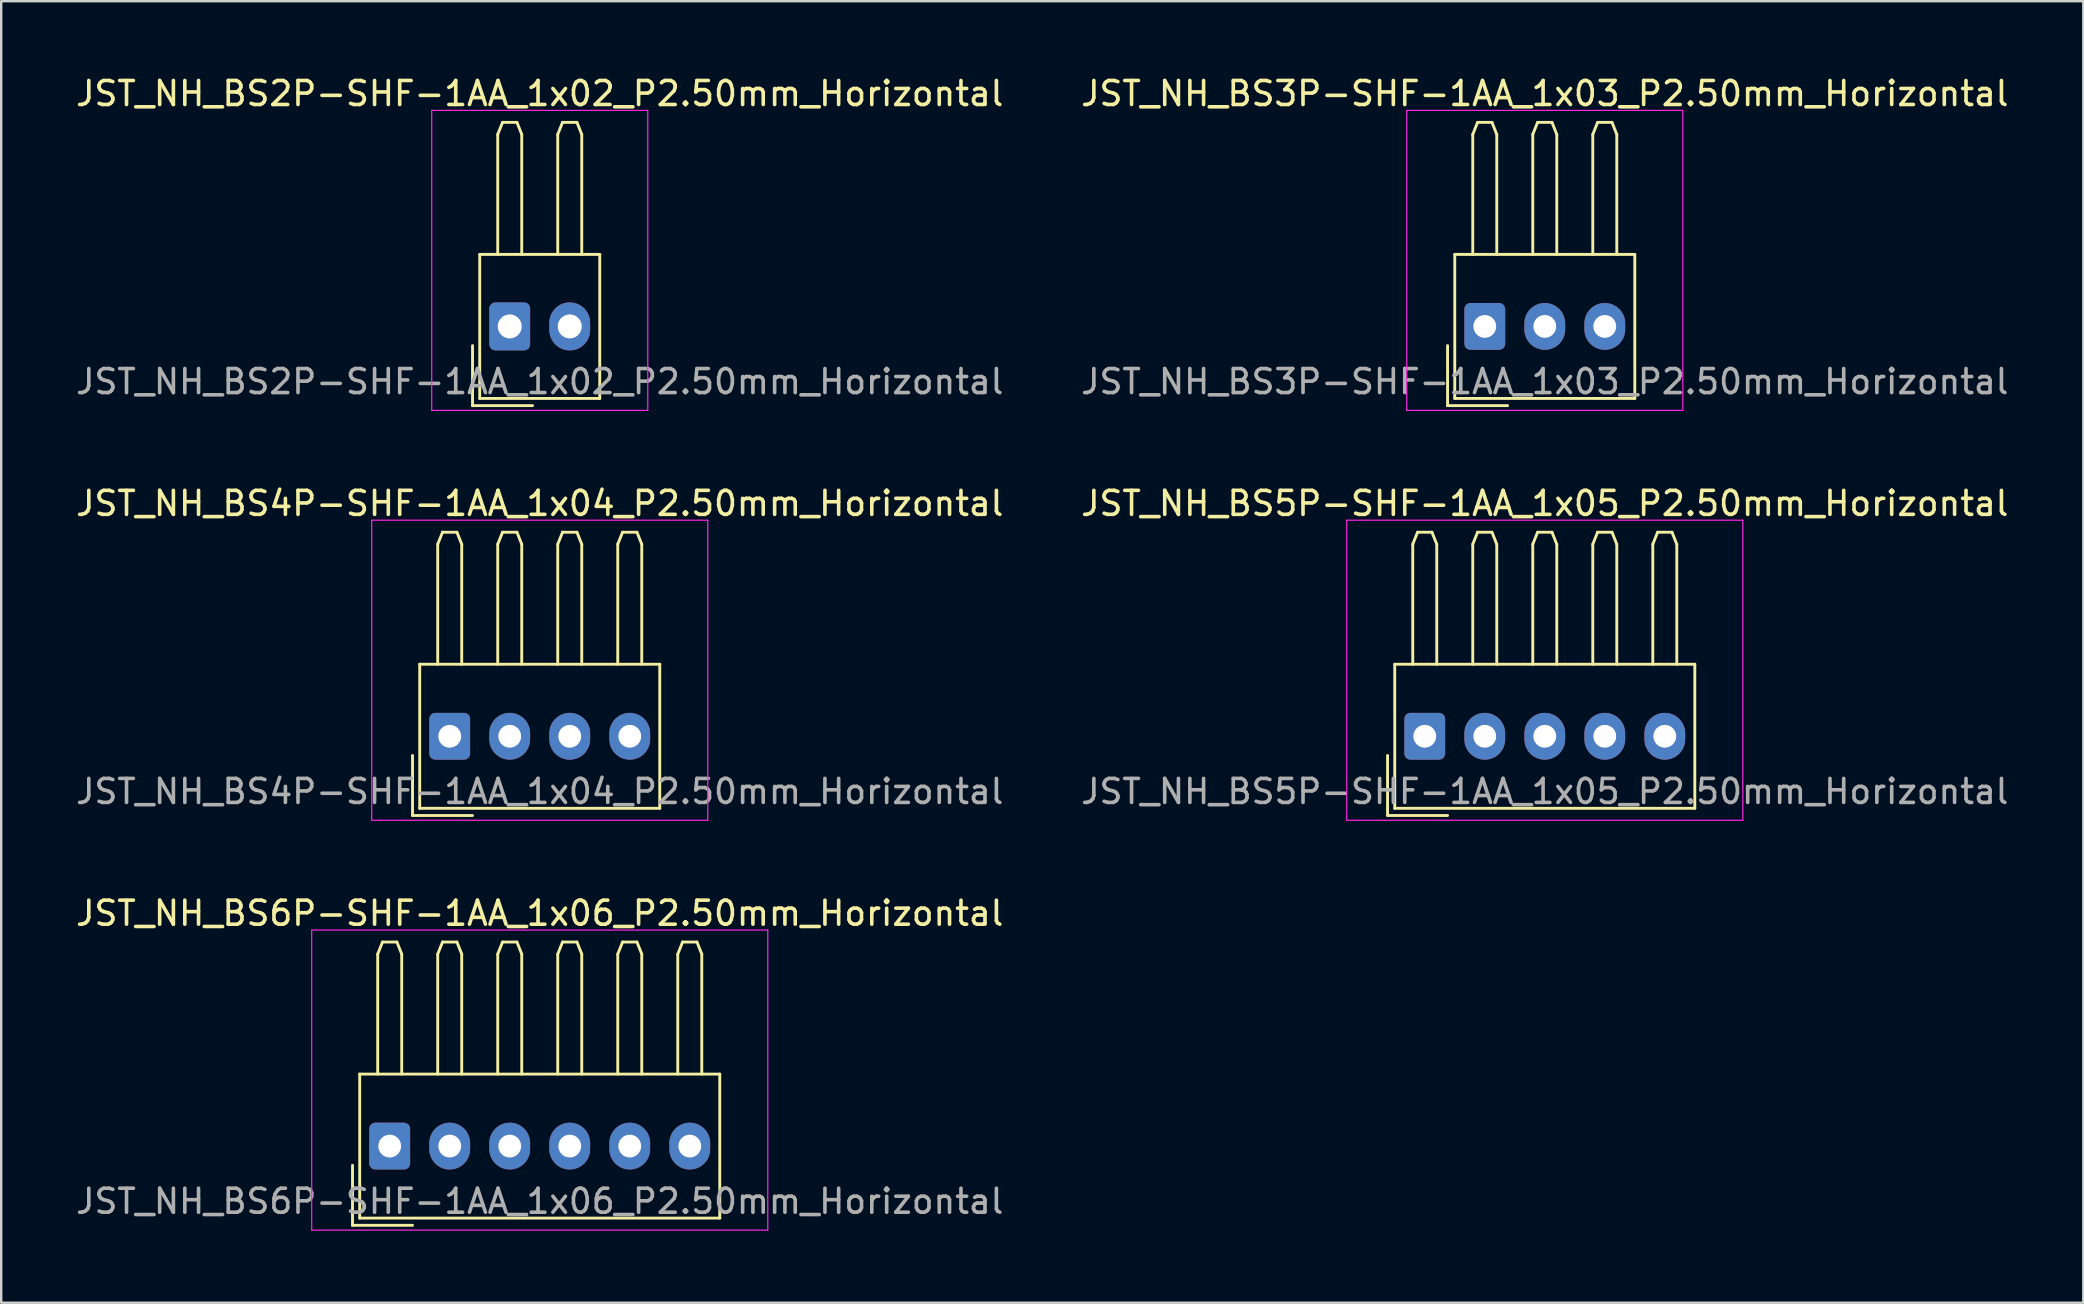
<source format=kicad_pcb>
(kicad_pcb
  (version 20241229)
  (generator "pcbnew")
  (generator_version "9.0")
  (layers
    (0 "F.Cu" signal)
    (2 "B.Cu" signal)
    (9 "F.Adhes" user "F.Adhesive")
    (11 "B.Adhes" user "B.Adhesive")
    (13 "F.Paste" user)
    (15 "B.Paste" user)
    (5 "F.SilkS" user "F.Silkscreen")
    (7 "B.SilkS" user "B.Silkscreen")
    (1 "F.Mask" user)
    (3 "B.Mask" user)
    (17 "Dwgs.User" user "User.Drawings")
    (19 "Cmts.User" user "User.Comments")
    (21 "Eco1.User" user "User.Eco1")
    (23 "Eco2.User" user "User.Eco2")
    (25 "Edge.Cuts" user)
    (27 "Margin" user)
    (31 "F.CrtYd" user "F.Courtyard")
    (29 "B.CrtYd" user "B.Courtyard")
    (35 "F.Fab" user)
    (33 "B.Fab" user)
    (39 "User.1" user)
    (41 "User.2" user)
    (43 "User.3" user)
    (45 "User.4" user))
  (footprint "JST_NH_BS2P-SHF-1AA_1x02_P2.50mm_Horizontal"
    (layer "F.Cu")
    (at 18.185 10.548)
    (property "Reference" "JST_NH_BS2P-SHF-1AA_1x02_P2.50mm_Horizontal" (at 1.25 -9.7 0) (layer "F.SilkS") (effects (font (size 1 1) (thickness 0.15))))
    (attr through_hole)
    (fp_line (start -1.55 0.8) (end -1.55 3.3) (stroke (width 0.12) (type solid)) (layer "F.SilkS"))
    (fp_line (start -1.55 3.3) (end 0.95 3.3) (stroke (width 0.12) (type solid)) (layer "F.SilkS"))
    (fp_line (start -1.25 -3) (end -1.25 3) (stroke (width 0.12) (type solid)) (layer "F.SilkS"))
    (fp_line (start -1.25 3) (end 3.75 3) (stroke (width 0.12) (type solid)) (layer "F.SilkS"))
    (fp_line (start -0.5 -8) (end -0.3 -8.5) (stroke (width 0.12) (type solid)) (layer "F.SilkS"))
    (fp_line (start -0.5 -3) (end -0.5 -8) (stroke (width 0.12) (type solid)) (layer "F.SilkS"))
    (fp_line (start -0.3 -8.5) (end 0.3 -8.5) (stroke (width 0.12) (type solid)) (layer "F.SilkS"))
    (fp_line (start 0.3 -8.5) (end 0.5 -8) (stroke (width 0.12) (type solid)) (layer "F.SilkS"))
    (fp_line (start 0.5 -8) (end 0.5 -3) (stroke (width 0.12) (type solid)) (layer "F.SilkS"))
    (fp_line (start 2 -8) (end 2.2 -8.5) (stroke (width 0.12) (type solid)) (layer "F.SilkS"))
    (fp_line (start 2 -3) (end 2 -8) (stroke (width 0.12) (type solid)) (layer "F.SilkS"))
    (fp_line (start 2.2 -8.5) (end 2.8 -8.5) (stroke (width 0.12) (type solid)) (layer "F.SilkS"))
    (fp_line (start 2.8 -8.5) (end 3 -8) (stroke (width 0.12) (type solid)) (layer "F.SilkS"))
    (fp_line (start 3 -8) (end 3 -3) (stroke (width 0.12) (type solid)) (layer "F.SilkS"))
    (fp_line (start 3.75 -3) (end -1.25 -3) (stroke (width 0.12) (type solid)) (layer "F.SilkS"))
    (fp_line (start 3.75 3) (end 3.75 -3) (stroke (width 0.12) (type solid)) (layer "F.SilkS"))
    (fp_line (start -3.25 -9) (end -3.25 3.5) (stroke (width 0.05) (type solid)) (layer "F.CrtYd"))
    (fp_line (start -3.25 3.5) (end 5.75 3.5) (stroke (width 0.05) (type solid)) (layer "F.CrtYd"))
    (fp_line (start 5.75 -9) (end -3.25 -9) (stroke (width 0.05) (type solid)) (layer "F.CrtYd"))
    (fp_line (start 5.75 3.5) (end 5.75 -9) (stroke (width 0.05) (type solid)) (layer "F.CrtYd"))
    (fp_text user "${REFERENCE}" (at 1.25 2.3 0) (layer "F.Fab") (effects (font (size 1 1) (thickness 0.15))))
    (pad "1" thru_hole roundrect (at 0 0) (size 1.7 2) (drill 1) (layers "*.Cu" "*.Mask") (roundrect_rratio 0.147))
    (pad "2" thru_hole oval (at 2.5 0) (size 1.7 2) (drill 1) (layers "*.Cu" "*.Mask")))
  (footprint "JST_NH_BS6P-SHF-1AA_1x06_P2.50mm_Horizontal"
    (layer "F.Cu")
    (at 13.185 44.695)
    (property "Reference" "JST_NH_BS6P-SHF-1AA_1x06_P2.50mm_Horizontal" (at 6.25 -9.7 0) (layer "F.SilkS") (effects (font (size 1 1) (thickness 0.15))))
    (attr through_hole)
    (fp_line (start -1.55 0.8) (end -1.55 3.3) (stroke (width 0.12) (type solid)) (layer "F.SilkS"))
    (fp_line (start -1.55 3.3) (end 0.95 3.3) (stroke (width 0.12) (type solid)) (layer "F.SilkS"))
    (fp_line (start -1.25 -3) (end -1.25 3) (stroke (width 0.12) (type solid)) (layer "F.SilkS"))
    (fp_line (start -1.25 3) (end 13.75 3) (stroke (width 0.12) (type solid)) (layer "F.SilkS"))
    (fp_line (start -0.5 -8) (end -0.3 -8.5) (stroke (width 0.12) (type solid)) (layer "F.SilkS"))
    (fp_line (start -0.5 -3) (end -0.5 -8) (stroke (width 0.12) (type solid)) (layer "F.SilkS"))
    (fp_line (start -0.3 -8.5) (end 0.3 -8.5) (stroke (width 0.12) (type solid)) (layer "F.SilkS"))
    (fp_line (start 0.3 -8.5) (end 0.5 -8) (stroke (width 0.12) (type solid)) (layer "F.SilkS"))
    (fp_line (start 0.5 -8) (end 0.5 -3) (stroke (width 0.12) (type solid)) (layer "F.SilkS"))
    (fp_line (start 2 -8) (end 2.2 -8.5) (stroke (width 0.12) (type solid)) (layer "F.SilkS"))
    (fp_line (start 2 -3) (end 2 -8) (stroke (width 0.12) (type solid)) (layer "F.SilkS"))
    (fp_line (start 2.2 -8.5) (end 2.8 -8.5) (stroke (width 0.12) (type solid)) (layer "F.SilkS"))
    (fp_line (start 2.8 -8.5) (end 3 -8) (stroke (width 0.12) (type solid)) (layer "F.SilkS"))
    (fp_line (start 3 -8) (end 3 -3) (stroke (width 0.12) (type solid)) (layer "F.SilkS"))
    (fp_line (start 4.5 -8) (end 4.7 -8.5) (stroke (width 0.12) (type solid)) (layer "F.SilkS"))
    (fp_line (start 4.5 -3) (end 4.5 -8) (stroke (width 0.12) (type solid)) (layer "F.SilkS"))
    (fp_line (start 4.7 -8.5) (end 5.3 -8.5) (stroke (width 0.12) (type solid)) (layer "F.SilkS"))
    (fp_line (start 5.3 -8.5) (end 5.5 -8) (stroke (width 0.12) (type solid)) (layer "F.SilkS"))
    (fp_line (start 5.5 -8) (end 5.5 -3) (stroke (width 0.12) (type solid)) (layer "F.SilkS"))
    (fp_line (start 7 -8) (end 7.2 -8.5) (stroke (width 0.12) (type solid)) (layer "F.SilkS"))
    (fp_line (start 7 -3) (end 7 -8) (stroke (width 0.12) (type solid)) (layer "F.SilkS"))
    (fp_line (start 7.2 -8.5) (end 7.8 -8.5) (stroke (width 0.12) (type solid)) (layer "F.SilkS"))
    (fp_line (start 7.8 -8.5) (end 8 -8) (stroke (width 0.12) (type solid)) (layer "F.SilkS"))
    (fp_line (start 8 -8) (end 8 -3) (stroke (width 0.12) (type solid)) (layer "F.SilkS"))
    (fp_line (start 9.5 -8) (end 9.7 -8.5) (stroke (width 0.12) (type solid)) (layer "F.SilkS"))
    (fp_line (start 9.5 -3) (end 9.5 -8) (stroke (width 0.12) (type solid)) (layer "F.SilkS"))
    (fp_line (start 9.7 -8.5) (end 10.3 -8.5) (stroke (width 0.12) (type solid)) (layer "F.SilkS"))
    (fp_line (start 10.3 -8.5) (end 10.5 -8) (stroke (width 0.12) (type solid)) (layer "F.SilkS"))
    (fp_line (start 10.5 -8) (end 10.5 -3) (stroke (width 0.12) (type solid)) (layer "F.SilkS"))
    (fp_line (start 12 -8) (end 12.2 -8.5) (stroke (width 0.12) (type solid)) (layer "F.SilkS"))
    (fp_line (start 12 -3) (end 12 -8) (stroke (width 0.12) (type solid)) (layer "F.SilkS"))
    (fp_line (start 12.2 -8.5) (end 12.8 -8.5) (stroke (width 0.12) (type solid)) (layer "F.SilkS"))
    (fp_line (start 12.8 -8.5) (end 13 -8) (stroke (width 0.12) (type solid)) (layer "F.SilkS"))
    (fp_line (start 13 -8) (end 13 -3) (stroke (width 0.12) (type solid)) (layer "F.SilkS"))
    (fp_line (start 13.75 -3) (end -1.25 -3) (stroke (width 0.12) (type solid)) (layer "F.SilkS"))
    (fp_line (start 13.75 3) (end 13.75 -3) (stroke (width 0.12) (type solid)) (layer "F.SilkS"))
    (fp_line (start -3.25 -9) (end -3.25 3.5) (stroke (width 0.05) (type solid)) (layer "F.CrtYd"))
    (fp_line (start -3.25 3.5) (end 15.75 3.5) (stroke (width 0.05) (type solid)) (layer "F.CrtYd"))
    (fp_line (start 15.75 -9) (end -3.25 -9) (stroke (width 0.05) (type solid)) (layer "F.CrtYd"))
    (fp_line (start 15.75 3.5) (end 15.75 -9) (stroke (width 0.05) (type solid)) (layer "F.CrtYd"))
    (fp_text user "${REFERENCE}" (at 6.25 2.3 0) (layer "F.Fab") (effects (font (size 1 1) (thickness 0.15))))
    (pad "1" thru_hole roundrect (at 0 0) (size 1.7 1.95) (drill 0.95) (layers "*.Cu" "*.Mask") (roundrect_rratio 0.147))
    (pad "2" thru_hole oval (at 2.5 0) (size 1.7 1.95) (drill 0.95) (layers "*.Cu" "*.Mask"))
    (pad "3" thru_hole oval (at 5 0) (size 1.7 1.95) (drill 0.95) (layers "*.Cu" "*.Mask"))
    (pad "4" thru_hole oval (at 7.5 0) (size 1.7 1.95) (drill 0.95) (layers "*.Cu" "*.Mask"))
    (pad "5" thru_hole oval (at 10 0) (size 1.7 1.95) (drill 0.95) (layers "*.Cu" "*.Mask"))
    (pad "6" thru_hole oval (at 12.5 0) (size 1.7 1.95) (drill 0.95) (layers "*.Cu" "*.Mask")))
  (footprint "JST_NH_BS4P-SHF-1AA_1x04_P2.50mm_Horizontal"
    (layer "F.Cu")
    (at 15.685 27.622)
    (property "Reference" "JST_NH_BS4P-SHF-1AA_1x04_P2.50mm_Horizontal" (at 3.75 -9.7 0) (layer "F.SilkS") (effects (font (size 1 1) (thickness 0.15))))
    (attr through_hole)
    (fp_line (start -1.55 0.8) (end -1.55 3.3) (stroke (width 0.12) (type solid)) (layer "F.SilkS"))
    (fp_line (start -1.55 3.3) (end 0.95 3.3) (stroke (width 0.12) (type solid)) (layer "F.SilkS"))
    (fp_line (start -1.25 -3) (end -1.25 3) (stroke (width 0.12) (type solid)) (layer "F.SilkS"))
    (fp_line (start -1.25 3) (end 8.75 3) (stroke (width 0.12) (type solid)) (layer "F.SilkS"))
    (fp_line (start -0.5 -8) (end -0.3 -8.5) (stroke (width 0.12) (type solid)) (layer "F.SilkS"))
    (fp_line (start -0.5 -3) (end -0.5 -8) (stroke (width 0.12) (type solid)) (layer "F.SilkS"))
    (fp_line (start -0.3 -8.5) (end 0.3 -8.5) (stroke (width 0.12) (type solid)) (layer "F.SilkS"))
    (fp_line (start 0.3 -8.5) (end 0.5 -8) (stroke (width 0.12) (type solid)) (layer "F.SilkS"))
    (fp_line (start 0.5 -8) (end 0.5 -3) (stroke (width 0.12) (type solid)) (layer "F.SilkS"))
    (fp_line (start 2 -8) (end 2.2 -8.5) (stroke (width 0.12) (type solid)) (layer "F.SilkS"))
    (fp_line (start 2 -3) (end 2 -8) (stroke (width 0.12) (type solid)) (layer "F.SilkS"))
    (fp_line (start 2.2 -8.5) (end 2.8 -8.5) (stroke (width 0.12) (type solid)) (layer "F.SilkS"))
    (fp_line (start 2.8 -8.5) (end 3 -8) (stroke (width 0.12) (type solid)) (layer "F.SilkS"))
    (fp_line (start 3 -8) (end 3 -3) (stroke (width 0.12) (type solid)) (layer "F.SilkS"))
    (fp_line (start 4.5 -8) (end 4.7 -8.5) (stroke (width 0.12) (type solid)) (layer "F.SilkS"))
    (fp_line (start 4.5 -3) (end 4.5 -8) (stroke (width 0.12) (type solid)) (layer "F.SilkS"))
    (fp_line (start 4.7 -8.5) (end 5.3 -8.5) (stroke (width 0.12) (type solid)) (layer "F.SilkS"))
    (fp_line (start 5.3 -8.5) (end 5.5 -8) (stroke (width 0.12) (type solid)) (layer "F.SilkS"))
    (fp_line (start 5.5 -8) (end 5.5 -3) (stroke (width 0.12) (type solid)) (layer "F.SilkS"))
    (fp_line (start 7 -8) (end 7.2 -8.5) (stroke (width 0.12) (type solid)) (layer "F.SilkS"))
    (fp_line (start 7 -3) (end 7 -8) (stroke (width 0.12) (type solid)) (layer "F.SilkS"))
    (fp_line (start 7.2 -8.5) (end 7.8 -8.5) (stroke (width 0.12) (type solid)) (layer "F.SilkS"))
    (fp_line (start 7.8 -8.5) (end 8 -8) (stroke (width 0.12) (type solid)) (layer "F.SilkS"))
    (fp_line (start 8 -8) (end 8 -3) (stroke (width 0.12) (type solid)) (layer "F.SilkS"))
    (fp_line (start 8.75 -3) (end -1.25 -3) (stroke (width 0.12) (type solid)) (layer "F.SilkS"))
    (fp_line (start 8.75 3) (end 8.75 -3) (stroke (width 0.12) (type solid)) (layer "F.SilkS"))
    (fp_line (start -3.25 -9) (end -3.25 3.5) (stroke (width 0.05) (type solid)) (layer "F.CrtYd"))
    (fp_line (start -3.25 3.5) (end 10.75 3.5) (stroke (width 0.05) (type solid)) (layer "F.CrtYd"))
    (fp_line (start 10.75 -9) (end -3.25 -9) (stroke (width 0.05) (type solid)) (layer "F.CrtYd"))
    (fp_line (start 10.75 3.5) (end 10.75 -9) (stroke (width 0.05) (type solid)) (layer "F.CrtYd"))
    (fp_text user "${REFERENCE}" (at 3.75 2.3 0) (layer "F.Fab") (effects (font (size 1 1) (thickness 0.15))))
    (pad "1" thru_hole roundrect (at 0 0) (size 1.7 1.95) (drill 0.95) (layers "*.Cu" "*.Mask") (roundrect_rratio 0.147))
    (pad "2" thru_hole oval (at 2.5 0) (size 1.7 1.95) (drill 0.95) (layers "*.Cu" "*.Mask"))
    (pad "3" thru_hole oval (at 5 0) (size 1.7 1.95) (drill 0.95) (layers "*.Cu" "*.Mask"))
    (pad "4" thru_hole oval (at 7.5 0) (size 1.7 1.95) (drill 0.95) (layers "*.Cu" "*.Mask")))
  (footprint "JST_NH_BS3P-SHF-1AA_1x03_P2.50mm_Horizontal"
    (layer "F.Cu")
    (at 58.804 10.548)
    (property "Reference" "JST_NH_BS3P-SHF-1AA_1x03_P2.50mm_Horizontal" (at 2.5 -9.7 0) (layer "F.SilkS") (effects (font (size 1 1) (thickness 0.15))))
    (attr through_hole)
    (fp_line (start -1.55 0.8) (end -1.55 3.3) (stroke (width 0.12) (type solid)) (layer "F.SilkS"))
    (fp_line (start -1.55 3.3) (end 0.95 3.3) (stroke (width 0.12) (type solid)) (layer "F.SilkS"))
    (fp_line (start -1.25 -3) (end -1.25 3) (stroke (width 0.12) (type solid)) (layer "F.SilkS"))
    (fp_line (start -1.25 3) (end 6.25 3) (stroke (width 0.12) (type solid)) (layer "F.SilkS"))
    (fp_line (start -0.5 -8) (end -0.3 -8.5) (stroke (width 0.12) (type solid)) (layer "F.SilkS"))
    (fp_line (start -0.5 -3) (end -0.5 -8) (stroke (width 0.12) (type solid)) (layer "F.SilkS"))
    (fp_line (start -0.3 -8.5) (end 0.3 -8.5) (stroke (width 0.12) (type solid)) (layer "F.SilkS"))
    (fp_line (start 0.3 -8.5) (end 0.5 -8) (stroke (width 0.12) (type solid)) (layer "F.SilkS"))
    (fp_line (start 0.5 -8) (end 0.5 -3) (stroke (width 0.12) (type solid)) (layer "F.SilkS"))
    (fp_line (start 2 -8) (end 2.2 -8.5) (stroke (width 0.12) (type solid)) (layer "F.SilkS"))
    (fp_line (start 2 -3) (end 2 -8) (stroke (width 0.12) (type solid)) (layer "F.SilkS"))
    (fp_line (start 2.2 -8.5) (end 2.8 -8.5) (stroke (width 0.12) (type solid)) (layer "F.SilkS"))
    (fp_line (start 2.8 -8.5) (end 3 -8) (stroke (width 0.12) (type solid)) (layer "F.SilkS"))
    (fp_line (start 3 -8) (end 3 -3) (stroke (width 0.12) (type solid)) (layer "F.SilkS"))
    (fp_line (start 4.5 -8) (end 4.7 -8.5) (stroke (width 0.12) (type solid)) (layer "F.SilkS"))
    (fp_line (start 4.5 -3) (end 4.5 -8) (stroke (width 0.12) (type solid)) (layer "F.SilkS"))
    (fp_line (start 4.7 -8.5) (end 5.3 -8.5) (stroke (width 0.12) (type solid)) (layer "F.SilkS"))
    (fp_line (start 5.3 -8.5) (end 5.5 -8) (stroke (width 0.12) (type solid)) (layer "F.SilkS"))
    (fp_line (start 5.5 -8) (end 5.5 -3) (stroke (width 0.12) (type solid)) (layer "F.SilkS"))
    (fp_line (start 6.25 -3) (end -1.25 -3) (stroke (width 0.12) (type solid)) (layer "F.SilkS"))
    (fp_line (start 6.25 3) (end 6.25 -3) (stroke (width 0.12) (type solid)) (layer "F.SilkS"))
    (fp_line (start -3.25 -9) (end -3.25 3.5) (stroke (width 0.05) (type solid)) (layer "F.CrtYd"))
    (fp_line (start -3.25 3.5) (end 8.25 3.5) (stroke (width 0.05) (type solid)) (layer "F.CrtYd"))
    (fp_line (start 8.25 -9) (end -3.25 -9) (stroke (width 0.05) (type solid)) (layer "F.CrtYd"))
    (fp_line (start 8.25 3.5) (end 8.25 -9) (stroke (width 0.05) (type solid)) (layer "F.CrtYd"))
    (fp_text user "${REFERENCE}" (at 2.5 2.3 0) (layer "F.Fab") (effects (font (size 1 1) (thickness 0.15))))
    (pad "1" thru_hole roundrect (at 0 0) (size 1.7 1.95) (drill 0.95) (layers "*.Cu" "*.Mask") (roundrect_rratio 0.147))
    (pad "2" thru_hole oval (at 2.5 0) (size 1.7 1.95) (drill 0.95) (layers "*.Cu" "*.Mask"))
    (pad "3" thru_hole oval (at 5 0) (size 1.7 1.95) (drill 0.95) (layers "*.Cu" "*.Mask")))
  (footprint "JST_NH_BS5P-SHF-1AA_1x05_P2.50mm_Horizontal"
    (layer "F.Cu")
    (at 56.304 27.622)
    (property "Reference" "JST_NH_BS5P-SHF-1AA_1x05_P2.50mm_Horizontal" (at 5 -9.7 0) (layer "F.SilkS") (effects (font (size 1 1) (thickness 0.15))))
    (attr through_hole)
    (fp_line (start -1.55 0.8) (end -1.55 3.3) (stroke (width 0.12) (type solid)) (layer "F.SilkS"))
    (fp_line (start -1.55 3.3) (end 0.95 3.3) (stroke (width 0.12) (type solid)) (layer "F.SilkS"))
    (fp_line (start -1.25 -3) (end -1.25 3) (stroke (width 0.12) (type solid)) (layer "F.SilkS"))
    (fp_line (start -1.25 3) (end 11.25 3) (stroke (width 0.12) (type solid)) (layer "F.SilkS"))
    (fp_line (start -0.5 -8) (end -0.3 -8.5) (stroke (width 0.12) (type solid)) (layer "F.SilkS"))
    (fp_line (start -0.5 -3) (end -0.5 -8) (stroke (width 0.12) (type solid)) (layer "F.SilkS"))
    (fp_line (start -0.3 -8.5) (end 0.3 -8.5) (stroke (width 0.12) (type solid)) (layer "F.SilkS"))
    (fp_line (start 0.3 -8.5) (end 0.5 -8) (stroke (width 0.12) (type solid)) (layer "F.SilkS"))
    (fp_line (start 0.5 -8) (end 0.5 -3) (stroke (width 0.12) (type solid)) (layer "F.SilkS"))
    (fp_line (start 2 -8) (end 2.2 -8.5) (stroke (width 0.12) (type solid)) (layer "F.SilkS"))
    (fp_line (start 2 -3) (end 2 -8) (stroke (width 0.12) (type solid)) (layer "F.SilkS"))
    (fp_line (start 2.2 -8.5) (end 2.8 -8.5) (stroke (width 0.12) (type solid)) (layer "F.SilkS"))
    (fp_line (start 2.8 -8.5) (end 3 -8) (stroke (width 0.12) (type solid)) (layer "F.SilkS"))
    (fp_line (start 3 -8) (end 3 -3) (stroke (width 0.12) (type solid)) (layer "F.SilkS"))
    (fp_line (start 4.5 -8) (end 4.7 -8.5) (stroke (width 0.12) (type solid)) (layer "F.SilkS"))
    (fp_line (start 4.5 -3) (end 4.5 -8) (stroke (width 0.12) (type solid)) (layer "F.SilkS"))
    (fp_line (start 4.7 -8.5) (end 5.3 -8.5) (stroke (width 0.12) (type solid)) (layer "F.SilkS"))
    (fp_line (start 5.3 -8.5) (end 5.5 -8) (stroke (width 0.12) (type solid)) (layer "F.SilkS"))
    (fp_line (start 5.5 -8) (end 5.5 -3) (stroke (width 0.12) (type solid)) (layer "F.SilkS"))
    (fp_line (start 7 -8) (end 7.2 -8.5) (stroke (width 0.12) (type solid)) (layer "F.SilkS"))
    (fp_line (start 7 -3) (end 7 -8) (stroke (width 0.12) (type solid)) (layer "F.SilkS"))
    (fp_line (start 7.2 -8.5) (end 7.8 -8.5) (stroke (width 0.12) (type solid)) (layer "F.SilkS"))
    (fp_line (start 7.8 -8.5) (end 8 -8) (stroke (width 0.12) (type solid)) (layer "F.SilkS"))
    (fp_line (start 8 -8) (end 8 -3) (stroke (width 0.12) (type solid)) (layer "F.SilkS"))
    (fp_line (start 9.5 -8) (end 9.7 -8.5) (stroke (width 0.12) (type solid)) (layer "F.SilkS"))
    (fp_line (start 9.5 -3) (end 9.5 -8) (stroke (width 0.12) (type solid)) (layer "F.SilkS"))
    (fp_line (start 9.7 -8.5) (end 10.3 -8.5) (stroke (width 0.12) (type solid)) (layer "F.SilkS"))
    (fp_line (start 10.3 -8.5) (end 10.5 -8) (stroke (width 0.12) (type solid)) (layer "F.SilkS"))
    (fp_line (start 10.5 -8) (end 10.5 -3) (stroke (width 0.12) (type solid)) (layer "F.SilkS"))
    (fp_line (start 11.25 -3) (end -1.25 -3) (stroke (width 0.12) (type solid)) (layer "F.SilkS"))
    (fp_line (start 11.25 3) (end 11.25 -3) (stroke (width 0.12) (type solid)) (layer "F.SilkS"))
    (fp_line (start -3.25 -9) (end -3.25 3.5) (stroke (width 0.05) (type solid)) (layer "F.CrtYd"))
    (fp_line (start -3.25 3.5) (end 13.25 3.5) (stroke (width 0.05) (type solid)) (layer "F.CrtYd"))
    (fp_line (start 13.25 -9) (end -3.25 -9) (stroke (width 0.05) (type solid)) (layer "F.CrtYd"))
    (fp_line (start 13.25 3.5) (end 13.25 -9) (stroke (width 0.05) (type solid)) (layer "F.CrtYd"))
    (fp_text user "${REFERENCE}" (at 5 2.3 0) (layer "F.Fab") (effects (font (size 1 1) (thickness 0.15))))
    (pad "1" thru_hole roundrect (at 0 0) (size 1.7 1.95) (drill 0.95) (layers "*.Cu" "*.Mask") (roundrect_rratio 0.147))
    (pad "2" thru_hole oval (at 2.5 0) (size 1.7 1.95) (drill 0.95) (layers "*.Cu" "*.Mask"))
    (pad "3" thru_hole oval (at 5 0) (size 1.7 1.95) (drill 0.95) (layers "*.Cu" "*.Mask"))
    (pad "4" thru_hole oval (at 7.5 0) (size 1.7 1.95) (drill 0.95) (layers "*.Cu" "*.Mask"))
    (pad "5" thru_hole oval (at 10 0) (size 1.7 1.95) (drill 0.95) (layers "*.Cu" "*.Mask")))
  (gr_rect
    (start -3 -3)
    (end 83.738 51.22)
    (stroke (width 0.1) (type default))
    (fill no)
    (layer "Edge.Cuts")))
</source>
